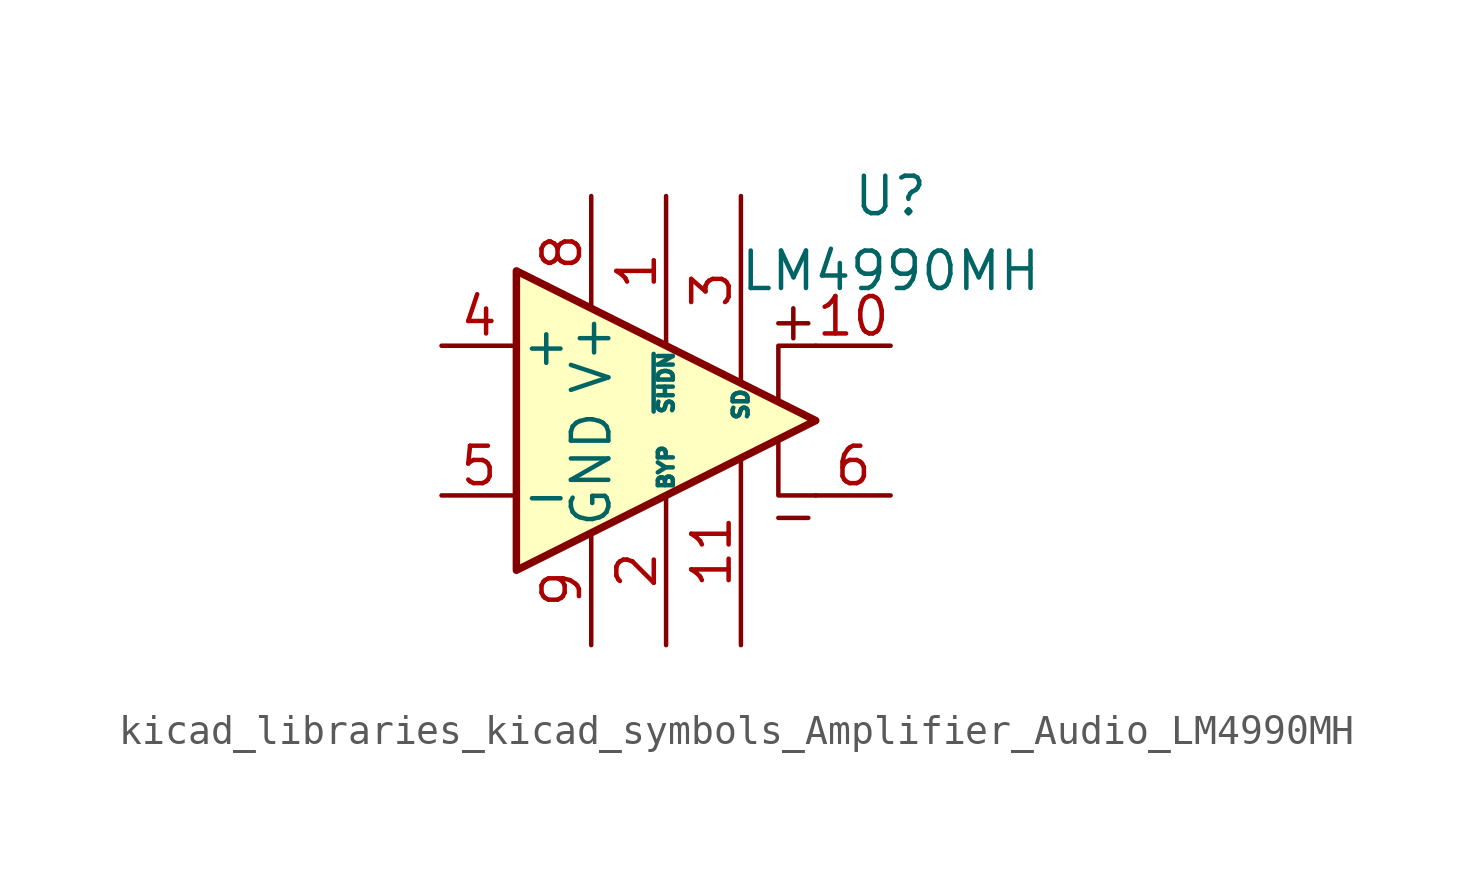
<source format=kicad_sym>
(kicad_symbol_lib
  (version 20220914)
  (generator kicad_symbol_editor)
  (symbol "kicad_libraries_kicad_symbols_Amplifier_Audio_LM4990MH"
    (pin_names
      (offset 0.127))
    (property "Reference" "U"
      (at 7.62 7.62 0)
      (effects (font (size 1.27 1.27))))
    (property "Value" "LM4990MH"
      (at 7.62 5.08 0)
      (effects (font (size 1.27 1.27))))
    (symbol "kicad_libraries_kicad_symbols_Amplifier_Audio_LM4990MH_0_1"
      (polyline (pts (xy 3.81 -0.635) (xy 3.81 -2.54) (xy 5.08 -2.54)) (stroke (width 0) (type default)) (fill (type none)))
      (polyline (pts (xy 5.08 2.54) (xy 3.81 2.54) (xy 3.81 0.635)) (stroke (width 0) (type default)) (fill (type none)))
      (polyline (pts (xy -5.08 5.08) (xy 5.08 0) (xy -5.08 -5.08) (xy -5.08 5.08)) (stroke (width 0.254) (type default)) (fill (type background))))
    (symbol "kicad_libraries_kicad_symbols_Amplifier_Audio_LM4990MH_1_1"
      (polyline (pts (xy 3.81 -3.302) (xy 4.826 -3.302)) (stroke (width 0) (type default)) (fill (type none)))
      (polyline (pts (xy 4.318 3.81) (xy 4.318 2.794)) (stroke (width 0) (type default)) (fill (type none)))
      (polyline (pts (xy 4.826 3.302) (xy 3.81 3.302)) (stroke (width 0) (type default)) (fill (type none)))
      (pin output line (at 0 7.62 270) (length 5.08) (name "~{SHDN}" (effects (font (size 0.508 0.508)))) (number "1" (effects (font (size 1.27 1.27)))))
      (pin output line (at 7.62 2.54 180) (length 2.54) (name "~" (effects (font (size 1.27 1.27)))) (number "10" (effects (font (size 1.27 1.27)))))
      (pin power_in line (at 2.54 -7.62 90) (length 6.35) (name "~" (effects (font (size 1.27 1.27)))) (number "11" (effects (font (size 1.27 1.27)))))
      (pin input line (at 0 -7.62 90) (length 5.08) (name "BYP" (effects (font (size 0.508 0.508)))) (number "2" (effects (font (size 1.27 1.27)))))
      (pin input line (at 2.54 7.62 270) (length 6.35) (name "SD" (effects (font (size 0.508 0.508)))) (number "3" (effects (font (size 1.27 1.27)))))
      (pin input line (at -7.62 2.54 0) (length 2.54) (name "+" (effects (font (size 1.27 1.27)))) (number "4" (effects (font (size 1.27 1.27)))))
      (pin input line (at -7.62 -2.54 0) (length 2.54) (name "-" (effects (font (size 1.27 1.27)))) (number "5" (effects (font (size 1.27 1.27)))))
      (pin output line (at 7.62 -2.54 180) (length 2.54) (name "~" (effects (font (size 1.27 1.27)))) (number "6" (effects (font (size 1.27 1.27)))))
      (pin no_connect line (at 0 2.54 270) (length 2.54) hide (name "NC" (effects (font (size 1.27 1.27)))) (number "7" (effects (font (size 1.27 1.27)))))
      (pin power_in line (at -2.54 7.62 270) (length 3.81) (name "V+" (effects (font (size 1.27 1.27)))) (number "8" (effects (font (size 1.27 1.27)))))
      (pin power_in line (at -2.54 -7.62 90) (length 3.81) (name "GND" (effects (font (size 1.27 1.27)))) (number "9" (effects (font (size 1.27 1.27))))))))
</source>
